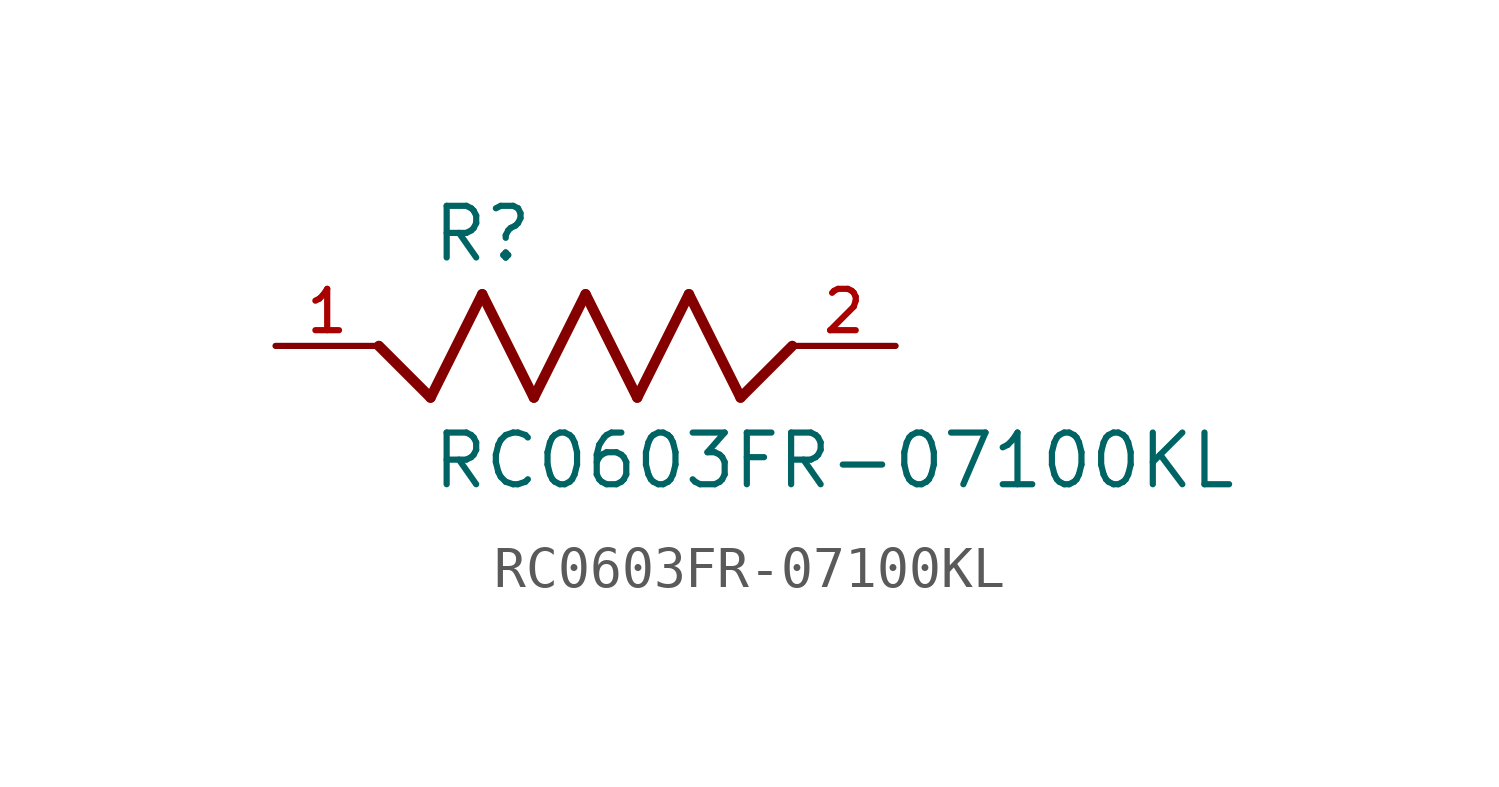
<source format=kicad_sym>
(kicad_symbol_lib
  (version 20211014)
  (generator kicad_symbol_editor)
  (symbol "RC0603FR-07100KL"
    (pin_names
      (offset 1.016))
    (property "Reference" "R"
      (at -3.816 2.01 0)
      (effects (font (size 1.27 1.27)) (justify bottom left)))
    (property "Value" "RC0603FR-07100KL"
      (at -3.817 -3.563 0)
      (effects (font (size 1.27 1.27)) (justify bottom left)))
    (symbol "RC0603FR-07100KL_0_0"
      (polyline (pts (xy -5.08 0.0) (xy -3.81 -1.27)) (stroke (width 0.254)))
      (polyline (pts (xy -3.81 -1.27) (xy -2.54 1.27)) (stroke (width 0.254)))
      (polyline (pts (xy -2.54 1.27) (xy -1.27 -1.27)) (stroke (width 0.254)))
      (polyline (pts (xy -1.27 -1.27) (xy 0.0 1.27)) (stroke (width 0.254)))
      (polyline (pts (xy 0.0 1.27) (xy 1.27 -1.27)) (stroke (width 0.254)))
      (polyline (pts (xy 1.27 -1.27) (xy 2.54 1.27)) (stroke (width 0.254)))
      (polyline (pts (xy 2.54 1.27) (xy 3.81 -1.27)) (stroke (width 0.254)))
      (polyline (pts (xy 3.81 -1.27) (xy 5.08 0.0)) (stroke (width 0.254)))
      (pin passive line (at -7.62 0.0 0) (length 2.54) (name "~" (effects (font (size 1.016 1.016)))) (number "1" (effects (font (size 1.016 1.016)))))
      (pin passive line (at 7.62 0.0 180.0) (length 2.54) (name "~" (effects (font (size 1.016 1.016)))) (number "2" (effects (font (size 1.016 1.016))))))))
</source>
